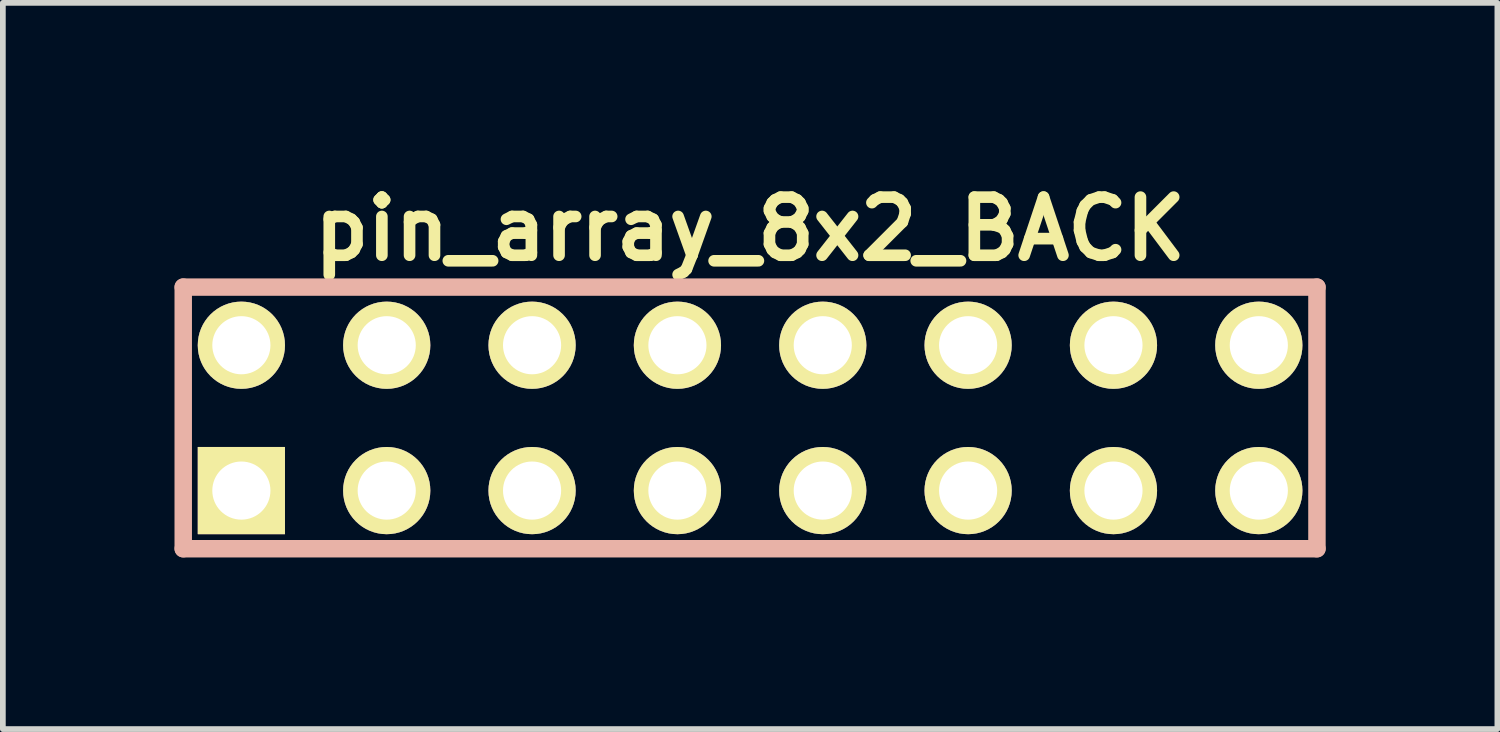
<source format=kicad_pcb>
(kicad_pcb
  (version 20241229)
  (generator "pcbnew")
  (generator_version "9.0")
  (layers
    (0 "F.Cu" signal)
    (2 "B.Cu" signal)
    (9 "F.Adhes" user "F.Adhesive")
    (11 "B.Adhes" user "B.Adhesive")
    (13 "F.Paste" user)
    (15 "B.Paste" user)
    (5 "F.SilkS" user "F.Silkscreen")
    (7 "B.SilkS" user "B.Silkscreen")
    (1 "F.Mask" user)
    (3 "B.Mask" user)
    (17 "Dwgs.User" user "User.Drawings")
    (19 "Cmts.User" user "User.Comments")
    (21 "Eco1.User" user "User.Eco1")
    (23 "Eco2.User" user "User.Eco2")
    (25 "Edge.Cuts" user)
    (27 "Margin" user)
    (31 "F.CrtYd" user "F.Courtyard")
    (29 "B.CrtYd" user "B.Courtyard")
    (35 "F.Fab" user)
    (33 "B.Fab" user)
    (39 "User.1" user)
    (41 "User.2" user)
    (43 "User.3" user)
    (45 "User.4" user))
  (footprint "pin_array_8x2_BACK"
    (layer "F.Cu")
    (at 10.058 4.253)
    (property "Reference" "pin_array_8x2_BACK" (at 0 -3.302 0) (layer "F.SilkS") (effects (font (size 1.016 1.016) (thickness 0.203))))
    (attr through_hole)
    (fp_line (start -9.906 -2.286) (end 9.906 -2.286) (stroke (width 0.305) (type solid)) (layer "B.SilkS"))
    (fp_line (start -9.906 2.286) (end -9.906 -2.286) (stroke (width 0.305) (type solid)) (layer "B.SilkS"))
    (fp_line (start 9.906 -2.286) (end 9.906 2.286) (stroke (width 0.305) (type solid)) (layer "B.SilkS"))
    (fp_line (start 9.906 2.286) (end -9.906 2.286) (stroke (width 0.305) (type solid)) (layer "B.SilkS"))
    (pad "1" thru_hole rect (at -8.89 1.27) (size 1.524 1.524) (drill 1.016) (layers "*.Cu" "*.Mask" "F.SilkS"))
    (pad "2" thru_hole circle (at -8.89 -1.27) (size 1.524 1.524) (drill 1.016) (layers "*.Cu" "*.Mask" "F.SilkS"))
    (pad "3" thru_hole circle (at -6.35 1.27) (size 1.524 1.524) (drill 1.016) (layers "*.Cu" "*.Mask" "F.SilkS"))
    (pad "4" thru_hole circle (at -6.35 -1.27) (size 1.524 1.524) (drill 1.016) (layers "*.Cu" "*.Mask" "F.SilkS"))
    (pad "5" thru_hole circle (at -3.81 1.27) (size 1.524 1.524) (drill 1.016) (layers "*.Cu" "*.Mask" "F.SilkS"))
    (pad "6" thru_hole circle (at -3.81 -1.27) (size 1.524 1.524) (drill 1.016) (layers "*.Cu" "*.Mask" "F.SilkS"))
    (pad "7" thru_hole circle (at -1.27 1.27) (size 1.524 1.524) (drill 1.016) (layers "*.Cu" "*.Mask" "F.SilkS"))
    (pad "8" thru_hole circle (at -1.27 -1.27) (size 1.524 1.524) (drill 1.016) (layers "*.Cu" "*.Mask" "F.SilkS"))
    (pad "9" thru_hole circle (at 1.27 1.27) (size 1.524 1.524) (drill 1.016) (layers "*.Cu" "*.Mask" "F.SilkS"))
    (pad "10" thru_hole circle (at 1.27 -1.27) (size 1.524 1.524) (drill 1.016) (layers "*.Cu" "*.Mask" "F.SilkS"))
    (pad "11" thru_hole circle (at 3.81 1.27) (size 1.524 1.524) (drill 1.016) (layers "*.Cu" "*.Mask" "F.SilkS"))
    (pad "12" thru_hole circle (at 3.81 -1.27) (size 1.524 1.524) (drill 1.016) (layers "*.Cu" "*.Mask" "F.SilkS"))
    (pad "13" thru_hole circle (at 6.35 1.27) (size 1.524 1.524) (drill 1.016) (layers "*.Cu" "*.Mask" "F.SilkS"))
    (pad "14" thru_hole circle (at 6.35 -1.27) (size 1.524 1.524) (drill 1.016) (layers "*.Cu" "*.Mask" "F.SilkS"))
    (pad "15" thru_hole circle (at 8.89 1.27) (size 1.524 1.524) (drill 1.016) (layers "*.Cu" "*.Mask" "F.SilkS"))
    (pad "16" thru_hole circle (at 8.89 -1.27) (size 1.524 1.524) (drill 1.016) (layers "*.Cu" "*.Mask" "F.SilkS")))
  (gr_rect
    (start -3 -3)
    (end 23.117 9.691)
    (stroke (width 0.1) (type default))
    (fill no)
    (layer "Edge.Cuts")))
</source>
